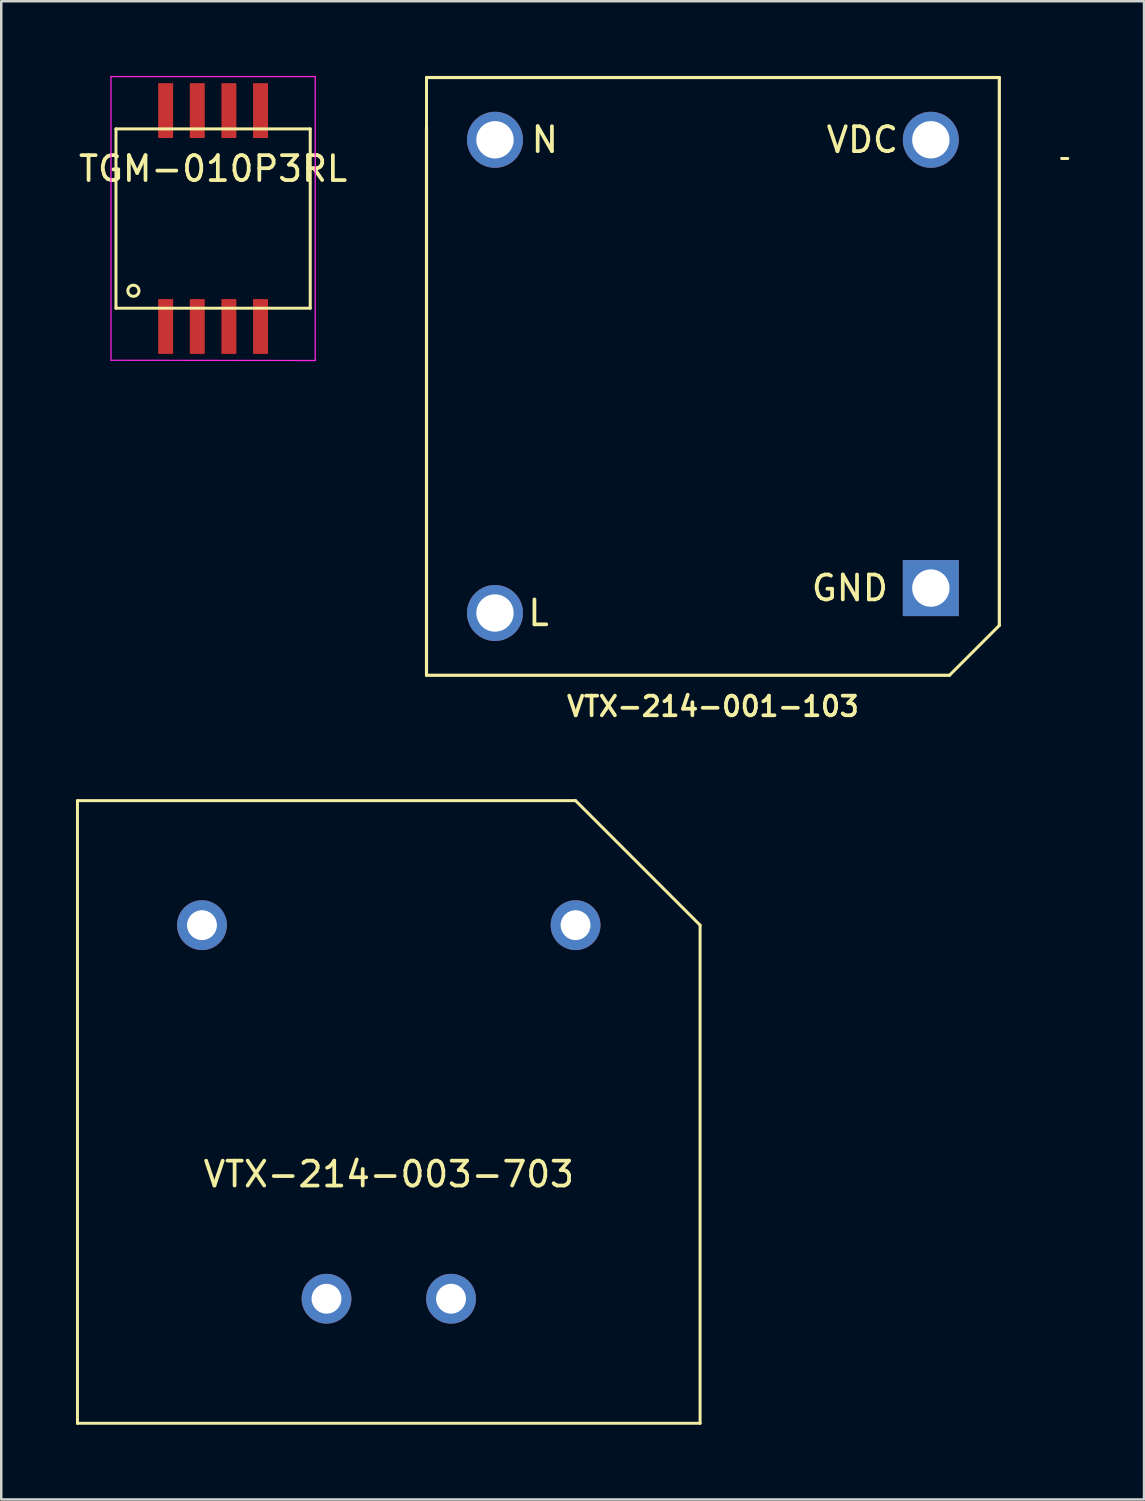
<source format=kicad_pcb>
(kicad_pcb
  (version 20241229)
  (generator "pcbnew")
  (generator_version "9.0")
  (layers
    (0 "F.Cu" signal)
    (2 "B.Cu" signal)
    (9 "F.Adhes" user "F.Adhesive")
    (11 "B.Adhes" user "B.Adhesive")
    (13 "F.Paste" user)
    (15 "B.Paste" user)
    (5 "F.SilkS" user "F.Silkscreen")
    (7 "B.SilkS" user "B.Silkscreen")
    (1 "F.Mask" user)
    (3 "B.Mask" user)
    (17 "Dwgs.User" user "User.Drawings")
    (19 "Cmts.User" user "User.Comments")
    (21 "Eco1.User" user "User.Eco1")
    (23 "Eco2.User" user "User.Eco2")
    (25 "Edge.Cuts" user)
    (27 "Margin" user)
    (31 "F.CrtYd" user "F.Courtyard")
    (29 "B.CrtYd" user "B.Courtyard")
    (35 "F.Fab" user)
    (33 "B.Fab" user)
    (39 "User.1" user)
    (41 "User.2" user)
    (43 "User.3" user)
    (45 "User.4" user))
  (footprint "VTX-214-001-103"
    (layer "F.Cu")
    (at 25.575 12.063)
    (property "Reference" "VTX-214-001-103" (at 0 13.25 0) (layer "F.SilkS") (effects (font (size 0.787 0.787) (thickness 0.15))))
    (attr through_hole)
    (fp_line (start -11.5 -10) (end -11.5 -12) (stroke (width 0.12) (type solid)) (layer "F.SilkS"))
    (fp_line (start -11.5 -10) (end -11.5 12) (stroke (width 0.127) (type solid)) (layer "F.SilkS"))
    (fp_line (start -11.5 12) (end 9.5 12) (stroke (width 0.127) (type solid)) (layer "F.SilkS"))
    (fp_line (start 9.5 12) (end 11.5 10) (stroke (width 0.12) (type solid)) (layer "F.SilkS"))
    (fp_line (start 11.5 -12) (end -11.5 -12) (stroke (width 0.127) (type solid)) (layer "F.SilkS"))
    (fp_line (start 11.5 10) (end 11.5 -12) (stroke (width 0.127) (type solid)) (layer "F.SilkS"))
    (fp_line (start 14.25 -8.75) (end 14 -8.75) (stroke (width 0.12) (type solid)) (layer "F.SilkS"))
    (fp_text user "VDC" (at 6 -9.5 0) (layer "F.SilkS") (effects (font (size 1 1) (thickness 0.15))))
    (fp_text user "L" (at -7 9.5 0) (layer "F.SilkS") (effects (font (size 1 1) (thickness 0.15))))
    (fp_text user "N" (at -6.75 -9.5 0) (layer "F.SilkS") (effects (font (size 1 1) (thickness 0.15))))
    (fp_text user "GND" (at 5.5 8.5 0) (layer "F.SilkS") (effects (font (size 1 1) (thickness 0.15))))
    (pad "1" thru_hole rect (at 8.75 8.5) (size 2.25 2.25) (drill 1.5) (layers "*.Cu" "*.Mask"))
    (pad "2" thru_hole circle (at 8.75 -9.5) (size 2.25 2.25) (drill 1.5) (layers "*.Cu" "*.Mask"))
    (pad "3" thru_hole circle (at -8.75 -9.5) (size 2.25 2.25) (drill 1.5) (layers "*.Cu" "*.Mask"))
    (pad "4" thru_hole circle (at -8.75 9.5) (size 2.25 2.25) (drill 1.5) (layers "*.Cu" "*.Mask")))
  (footprint "TGM-010P3RL"
    (layer "F.Cu")
    (at 5.506 5.725)
    (property "Reference" "TGM-010P3RL" (at 0 -2 180) (layer "F.SilkS") (effects (font (size 1 1) (thickness 0.15))))
    (attr smd)
    (fp_line (start -3.9 -3.6) (end 3.9 -3.6) (stroke (width 0.12) (type solid)) (layer "F.SilkS"))
    (fp_line (start -3.9 3.6) (end -3.9 -3.6) (stroke (width 0.12) (type solid)) (layer "F.SilkS"))
    (fp_line (start 3.9 -3.6) (end 3.9 3.6) (stroke (width 0.12) (type solid)) (layer "F.SilkS"))
    (fp_line (start 3.9 3.6) (end -3.9 3.6) (stroke (width 0.12) (type solid)) (layer "F.SilkS"))
    (fp_circle (center -3.2 2.9) (end -3.1 3.1) (stroke (width 0.12) (type solid)) (fill no) (layer "F.SilkS"))
    (fp_line (start -4.1 -5.7) (end 4.1 -5.7) (stroke (width 0.05) (type solid)) (layer "F.CrtYd"))
    (fp_line (start -4.1 5.69) (end -4.1 -5.7) (stroke (width 0.05) (type solid)) (layer "F.CrtYd"))
    (fp_line (start 4.1 -5.7) (end 4.1 5.7) (stroke (width 0.05) (type solid)) (layer "F.CrtYd"))
    (fp_line (start 4.1 5.7) (end -4.1 5.69) (stroke (width 0.05) (type solid)) (layer "F.CrtYd"))
    (pad "1" smd rect (at -1.905 4.335) (size 0.6 2.2) (layers "F.Cu" "F.Mask" "F.Paste"))
    (pad "2" smd rect (at -0.635 4.335) (size 0.6 2.2) (layers "F.Cu" "F.Mask" "F.Paste"))
    (pad "3" smd rect (at 0.635 4.335) (size 0.6 2.2) (layers "F.Cu" "F.Mask" "F.Paste"))
    (pad "4" smd rect (at 1.905 4.335) (size 0.6 2.2) (layers "F.Cu" "F.Mask" "F.Paste"))
    (pad "5" smd rect (at 1.905 -4.335) (size 0.6 2.2) (layers "F.Cu" "F.Mask" "F.Paste"))
    (pad "6" smd rect (at 0.635 -4.335) (size 0.6 2.2) (layers "F.Cu" "F.Mask" "F.Paste"))
    (pad "7" smd rect (at -0.635 -4.335) (size 0.6 2.2) (layers "F.Cu" "F.Mask" "F.Paste"))
    (pad "8" smd rect (at -1.905 -4.335) (size 0.6 2.2) (layers "F.Cu" "F.Mask" "F.Paste")))
  (footprint "VTX-214-003-703"
    (layer "F.Cu")
    (at 12.56 41.597)
    (property "Reference" "VTX-214-003-703" (at 0 2.5 0) (layer "F.SilkS") (effects (font (size 1 1) (thickness 0.15))))
    (attr through_hole)
    (fp_line (start -12.5 -12.5) (end 7.5 -12.5) (stroke (width 0.12) (type solid)) (layer "F.SilkS"))
    (fp_line (start -12.5 12.5) (end -12.5 -12.5) (stroke (width 0.12) (type solid)) (layer "F.SilkS"))
    (fp_line (start 7.5 -12.5) (end 12.5 -7.5) (stroke (width 0.12) (type solid)) (layer "F.SilkS"))
    (fp_line (start 12.5 -7.5) (end 12.5 12.5) (stroke (width 0.12) (type solid)) (layer "F.SilkS"))
    (fp_line (start 12.5 12.5) (end -12.5 12.5) (stroke (width 0.12) (type solid)) (layer "F.SilkS"))
    (pad "1" thru_hole circle (at 7.5 -7.5) (size 2 2) (drill 1.2) (layers "*.Cu" "*.Mask"))
    (pad "2" thru_hole circle (at -7.5 -7.5) (size 2 2) (drill 1.2) (layers "*.Cu" "*.Mask"))
    (pad "3" thru_hole circle (at -2.5 7.5) (size 2 2) (drill 1.2) (layers "*.Cu" "*.Mask"))
    (pad "4" thru_hole circle (at 2.5 7.5) (size 2 2) (drill 1.2) (layers "*.Cu" "*.Mask")))
  (gr_rect
    (start -3 -3)
    (end 42.885 57.157)
    (stroke (width 0.1) (type default))
    (fill no)
    (layer "Edge.Cuts")))
</source>
